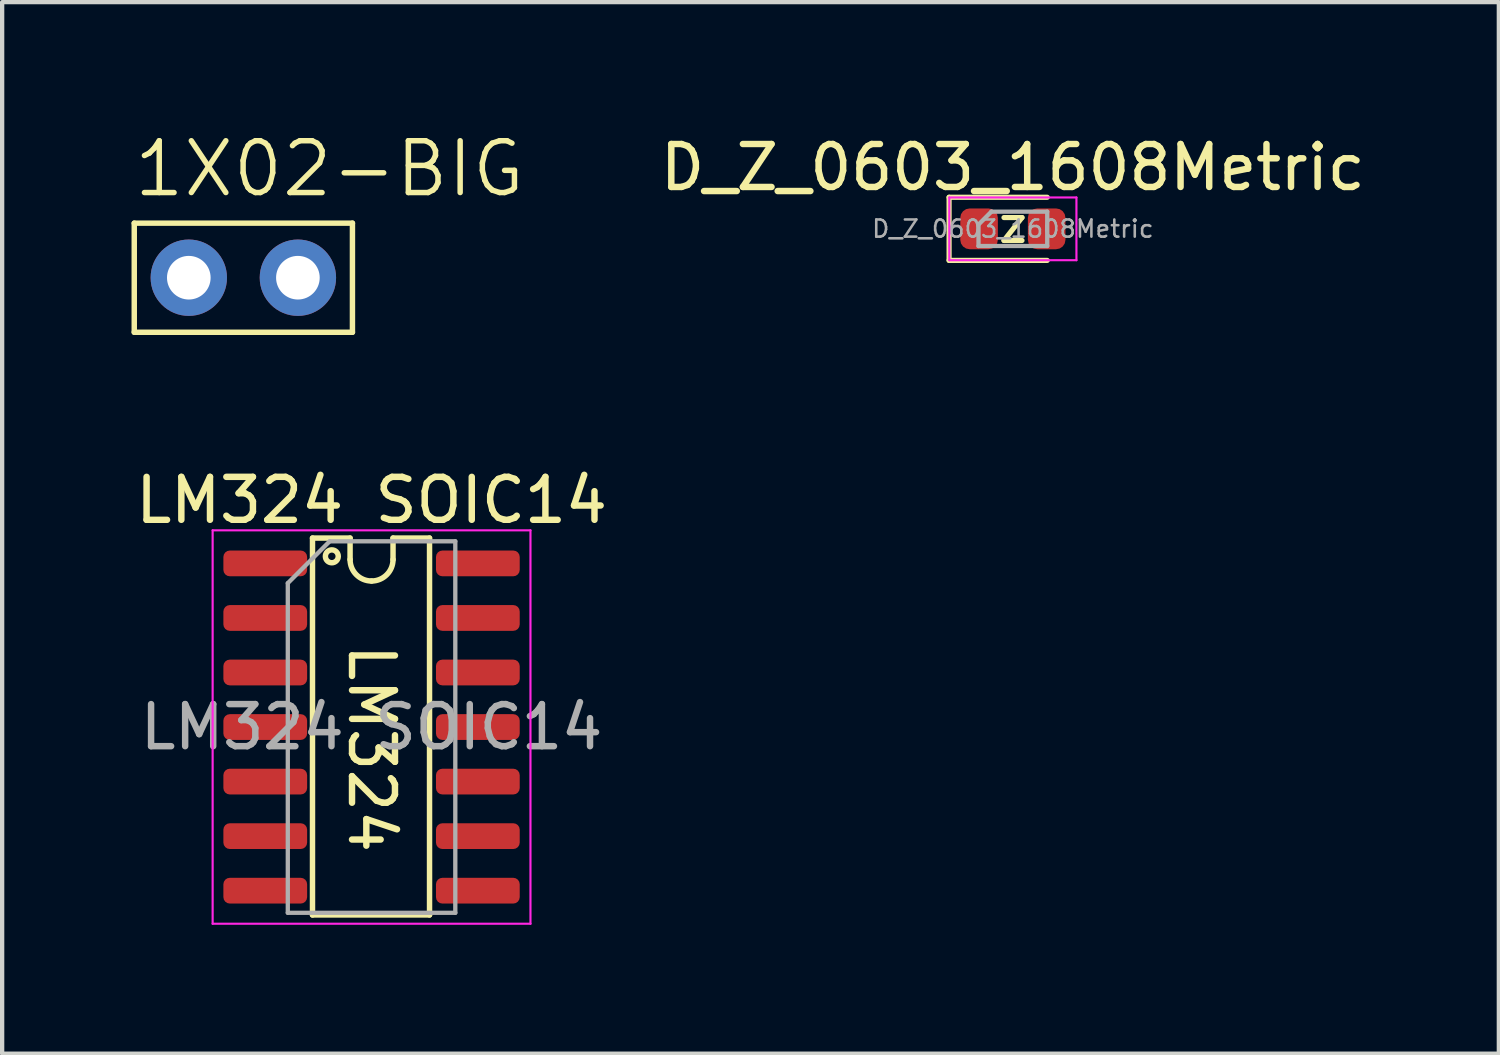
<source format=kicad_pcb>
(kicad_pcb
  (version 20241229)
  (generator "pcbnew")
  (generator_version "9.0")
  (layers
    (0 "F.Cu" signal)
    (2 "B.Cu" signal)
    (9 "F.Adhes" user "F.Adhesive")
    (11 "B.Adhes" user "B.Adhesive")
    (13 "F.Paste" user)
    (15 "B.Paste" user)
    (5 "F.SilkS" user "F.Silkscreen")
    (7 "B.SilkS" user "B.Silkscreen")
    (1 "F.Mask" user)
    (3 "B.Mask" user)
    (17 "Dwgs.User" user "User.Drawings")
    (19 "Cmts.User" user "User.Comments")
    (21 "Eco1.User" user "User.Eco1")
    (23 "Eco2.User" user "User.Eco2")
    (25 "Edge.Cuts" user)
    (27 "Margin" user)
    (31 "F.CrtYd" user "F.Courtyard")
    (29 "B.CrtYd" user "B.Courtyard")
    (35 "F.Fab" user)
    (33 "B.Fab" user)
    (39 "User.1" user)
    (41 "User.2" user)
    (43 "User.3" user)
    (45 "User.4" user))
  (footprint "LM324 SOIC14"
    (layer "F.Cu")
    (at 5.601 13.878)
    (property "Reference" "LM324 SOIC14" (at 0 -5.28 0) (layer "F.SilkS") (effects (font (size 1 1) (thickness 0.15))))
    (attr smd)
    (fp_line (start -1.375 4.375) (end -1.375 -4.4) (stroke (width 0.127) (type solid)) (layer "F.SilkS"))
    (fp_line (start -0.5 -4.4) (end -1.375 -4.4) (stroke (width 0.127) (type default)) (layer "F.SilkS"))
    (fp_line (start -0.5 -4.4) (end -0.5 -3.9) (stroke (width 0.127) (type solid)) (layer "F.SilkS"))
    (fp_line (start 0.5 -3.9) (end 0.5 -4.4) (stroke (width 0.127) (type solid)) (layer "F.SilkS"))
    (fp_line (start 1.35 -4.4) (end 0.5 -4.4) (stroke (width 0.127) (type default)) (layer "F.SilkS"))
    (fp_line (start 1.35 -4.4) (end 1.35 4.375) (stroke (width 0.127) (type solid)) (layer "F.SilkS"))
    (fp_line (start 1.35 4.375) (end -1.375 4.375) (stroke (width 0.127) (type default)) (layer "F.SilkS"))
    (fp_arc (start 0 -3.4) (mid -0.353553 -3.546447) (end -0.5 -3.9) (stroke (width 0.127) (type solid)) (layer "F.SilkS"))
    (fp_arc (start 0.5 -3.9) (mid 0.353553 -3.546447) (end 0 -3.4) (stroke (width 0.127) (type solid)) (layer "F.SilkS"))
    (fp_circle (center -0.925 -3.975) (end -0.775 -3.975) (stroke (width 0.127) (type solid)) (fill no) (layer "F.SilkS"))
    (fp_line (start -3.7 -4.58) (end -3.7 4.58) (stroke (width 0.05) (type solid)) (layer "F.CrtYd"))
    (fp_line (start -3.7 4.58) (end 3.7 4.58) (stroke (width 0.05) (type solid)) (layer "F.CrtYd"))
    (fp_line (start 3.7 -4.58) (end -3.7 -4.58) (stroke (width 0.05) (type solid)) (layer "F.CrtYd"))
    (fp_line (start 3.7 4.58) (end 3.7 -4.58) (stroke (width 0.05) (type solid)) (layer "F.CrtYd"))
    (fp_line (start -1.95 -3.35) (end -0.975 -4.325) (stroke (width 0.1) (type solid)) (layer "F.Fab"))
    (fp_line (start -1.95 4.325) (end -1.95 -3.35) (stroke (width 0.1) (type solid)) (layer "F.Fab"))
    (fp_line (start -0.975 -4.325) (end 1.95 -4.325) (stroke (width 0.1) (type solid)) (layer "F.Fab"))
    (fp_line (start 1.95 -4.325) (end 1.95 4.325) (stroke (width 0.1) (type solid)) (layer "F.Fab"))
    (fp_line (start 1.95 4.325) (end -1.95 4.325) (stroke (width 0.1) (type solid)) (layer "F.Fab"))
    (fp_text user "LM324" (at 0 0.5 270) (unlocked yes) (layer "F.SilkS") (effects (font (size 1 1) (thickness 0.15))))
    (fp_text user "${REFERENCE}" (at 0 0 0) (layer "F.Fab") (effects (font (size 0.98 0.98) (thickness 0.15))))
    (pad "1" smd roundrect (at -2.475 -3.81) (size 1.95 0.6) (layers "F.Cu" "F.Mask" "F.Paste") (roundrect_rratio 0.25))
    (pad "2" smd roundrect (at -2.475 -2.54) (size 1.95 0.6) (layers "F.Cu" "F.Mask" "F.Paste") (roundrect_rratio 0.25))
    (pad "3" smd roundrect (at -2.475 -1.27) (size 1.95 0.6) (layers "F.Cu" "F.Mask" "F.Paste") (roundrect_rratio 0.25))
    (pad "4" smd roundrect (at -2.475 0) (size 1.95 0.6) (layers "F.Cu" "F.Mask" "F.Paste") (roundrect_rratio 0.25))
    (pad "5" smd roundrect (at -2.475 1.27) (size 1.95 0.6) (layers "F.Cu" "F.Mask" "F.Paste") (roundrect_rratio 0.25))
    (pad "6" smd roundrect (at -2.475 2.54) (size 1.95 0.6) (layers "F.Cu" "F.Mask" "F.Paste") (roundrect_rratio 0.25))
    (pad "7" smd roundrect (at -2.475 3.81) (size 1.95 0.6) (layers "F.Cu" "F.Mask" "F.Paste") (roundrect_rratio 0.25))
    (pad "8" smd roundrect (at 2.475 3.81) (size 1.95 0.6) (layers "F.Cu" "F.Mask" "F.Paste") (roundrect_rratio 0.25))
    (pad "9" smd roundrect (at 2.475 2.54) (size 1.95 0.6) (layers "F.Cu" "F.Mask" "F.Paste") (roundrect_rratio 0.25))
    (pad "10" smd roundrect (at 2.475 1.27) (size 1.95 0.6) (layers "F.Cu" "F.Mask" "F.Paste") (roundrect_rratio 0.25))
    (pad "11" smd roundrect (at 2.475 0) (size 1.95 0.6) (layers "F.Cu" "F.Mask" "F.Paste") (roundrect_rratio 0.25))
    (pad "12" smd roundrect (at 2.475 -1.27) (size 1.95 0.6) (layers "F.Cu" "F.Mask" "F.Paste") (roundrect_rratio 0.25))
    (pad "13" smd roundrect (at 2.475 -2.54) (size 1.95 0.6) (layers "F.Cu" "F.Mask" "F.Paste") (roundrect_rratio 0.25))
    (pad "14" smd roundrect (at 2.475 -3.81) (size 1.95 0.6) (layers "F.Cu" "F.Mask" "F.Paste") (roundrect_rratio 0.25)))
  (footprint "D_Z_0603_1608Metric"
    (layer "F.Cu")
    (at 20.533 2.278)
    (property "Reference" "D_Z_0603_1608Metric" (at 0 -1.43 0) (layer "F.SilkS") (effects (font (size 1 1) (thickness 0.15))))
    (attr smd)
    (fp_line (start -1.485 -0.735) (end -1.485 0.735) (stroke (width 0.12) (type solid)) (layer "F.SilkS"))
    (fp_line (start -1.485 0.735) (end 0.8 0.735) (stroke (width 0.12) (type solid)) (layer "F.SilkS"))
    (fp_line (start 0.8 -0.735) (end -1.485 -0.735) (stroke (width 0.12) (type solid)) (layer "F.SilkS"))
    (fp_line (start -1.48 -0.73) (end 1.48 -0.73) (stroke (width 0.05) (type solid)) (layer "F.CrtYd"))
    (fp_line (start -1.48 0.73) (end -1.48 -0.73) (stroke (width 0.05) (type solid)) (layer "F.CrtYd"))
    (fp_line (start 1.48 -0.73) (end 1.48 0.73) (stroke (width 0.05) (type solid)) (layer "F.CrtYd"))
    (fp_line (start 1.48 0.73) (end -1.48 0.73) (stroke (width 0.05) (type solid)) (layer "F.CrtYd"))
    (fp_line (start -0.8 -0.1) (end -0.8 0.4) (stroke (width 0.1) (type solid)) (layer "F.Fab"))
    (fp_line (start -0.8 0.4) (end 0.8 0.4) (stroke (width 0.1) (type solid)) (layer "F.Fab"))
    (fp_line (start -0.5 -0.4) (end -0.8 -0.1) (stroke (width 0.1) (type solid)) (layer "F.Fab"))
    (fp_line (start 0.8 -0.4) (end -0.5 -0.4) (stroke (width 0.1) (type solid)) (layer "F.Fab"))
    (fp_line (start 0.8 0.4) (end 0.8 -0.4) (stroke (width 0.1) (type solid)) (layer "F.Fab"))
    (fp_text user "z" (at -0.4 0.375 0) (unlocked yes) (layer "F.SilkS") (effects (font (size 0.8 0.8) (thickness 0.12)) (justify left bottom)))
    (fp_text user "${REFERENCE}" (at 0 0 0) (layer "F.Fab") (effects (font (size 0.4 0.4) (thickness 0.06))))
    (pad "1" smd roundrect (at -0.787 0) (size 0.875 0.95) (layers "F.Cu" "F.Mask" "F.Paste") (roundrect_rratio 0.25))
    (pad "2" smd roundrect (at 0.787 0) (size 0.875 0.95) (layers "F.Cu" "F.Mask" "F.Paste") (roundrect_rratio 0.25)))
  (footprint "1X02-BIG"
    (layer "F.Cu")
    (at 2.616 3.416)
    (property "Reference" "1X02-BIG" (at -2.616 -1.829 0) (layer "F.SilkS") (effects (font (size 1.206 1.206) (thickness 0.127)) (justify left bottom)))
    (attr through_hole exclude_from_pos_files exclude_from_bom)
    (fp_line (start -2.54 -1.27) (end 2.54 -1.27) (stroke (width 0.127) (type solid)) (layer "F.SilkS"))
    (fp_line (start -2.54 1.27) (end -2.54 -1.27) (stroke (width 0.127) (type solid)) (layer "F.SilkS"))
    (fp_line (start 2.54 -1.27) (end 2.54 1.27) (stroke (width 0.127) (type solid)) (layer "F.SilkS"))
    (fp_line (start 2.54 1.27) (end -2.54 1.27) (stroke (width 0.127) (type solid)) (layer "F.SilkS"))
    (fp_poly (pts (xy -1.524 0.254) (xy -1.016 0.254) (xy -1.016 -0.254) (xy -1.524 -0.254)) (stroke (width 0.1) (type solid)) (fill no) (layer "F.Fab"))
    (fp_poly (pts (xy 1.016 0.254) (xy 1.524 0.254) (xy 1.524 -0.254) (xy 1.016 -0.254)) (stroke (width 0.1) (type solid)) (fill no) (layer "F.Fab"))
    (pad "1" thru_hole circle (at -1.27 0 90) (size 1.778 1.778) (drill 1.016) (layers "*.Cu" "*.Mask"))
    (pad "2" thru_hole circle (at 1.27 0 90) (size 1.778 1.778) (drill 1.016) (layers "*.Cu" "*.Mask")))
  (gr_rect
    (start -3 -3)
    (end 31.848 21.483)
    (stroke (width 0.1) (type default))
    (fill no)
    (layer "Edge.Cuts")))
</source>
